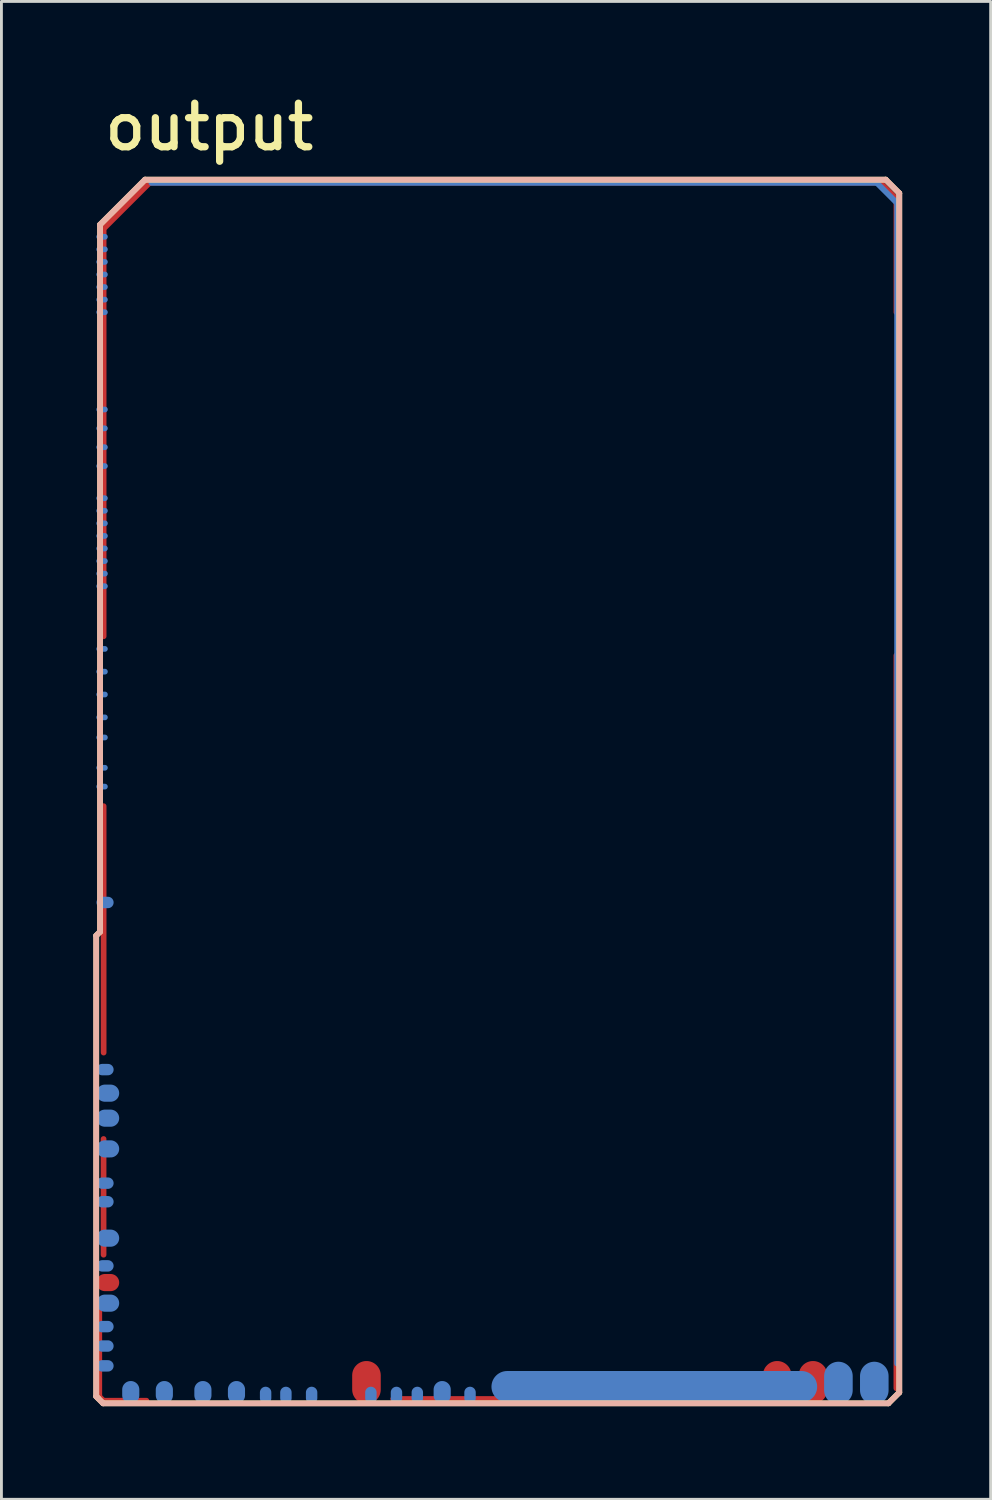
<source format=kicad_pcb>
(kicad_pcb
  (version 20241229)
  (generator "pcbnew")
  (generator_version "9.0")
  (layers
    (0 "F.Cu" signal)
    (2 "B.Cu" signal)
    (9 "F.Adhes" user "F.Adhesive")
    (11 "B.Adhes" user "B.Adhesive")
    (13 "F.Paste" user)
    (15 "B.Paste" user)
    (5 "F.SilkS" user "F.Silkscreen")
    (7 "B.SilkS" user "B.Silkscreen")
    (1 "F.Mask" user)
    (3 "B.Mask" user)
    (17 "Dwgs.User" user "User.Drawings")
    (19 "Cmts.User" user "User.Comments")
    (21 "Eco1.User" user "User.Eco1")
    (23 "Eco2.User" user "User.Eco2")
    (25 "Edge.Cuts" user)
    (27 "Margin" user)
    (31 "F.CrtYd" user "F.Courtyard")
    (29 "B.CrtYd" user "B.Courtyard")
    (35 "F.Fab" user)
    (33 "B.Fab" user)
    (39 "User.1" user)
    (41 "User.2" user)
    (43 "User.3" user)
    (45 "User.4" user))
  (footprint "output"
    (layer "F.Cu")
    (at 0.25 46.177)
    (property "Reference" "output" (at 0.229 -43.891 0) (unlocked yes) (layer "F.SilkS") (effects (font (size 1.524 1.524) (thickness 0.254)) (justify left bottom)))
    (attr through_hole)
    (fp_line (start 0.07 -16.482) (end 0.202 -16.614) (stroke (width 0.2) (type solid)) (layer "F.SilkS"))
    (fp_line (start 0.07 -0.35) (end 0.07 -16.482) (stroke (width 0.2) (type solid)) (layer "F.SilkS"))
    (fp_line (start 0.07 -0.35) (end 0.131 -0.289) (stroke (width 0.2) (type solid)) (layer "F.SilkS"))
    (fp_line (start 0.131 -0.289) (end 0.31 -0.109) (stroke (width 0.2) (type solid)) (layer "F.SilkS"))
    (fp_line (start 0.202 -41.364) (end 1.777 -42.939) (stroke (width 0.2) (type solid)) (layer "F.SilkS"))
    (fp_line (start 0.202 -16.614) (end 0.202 -41.364) (stroke (width 0.2) (type solid)) (layer "F.SilkS"))
    (fp_line (start 0.31 -0.109) (end 27.797 -0.109) (stroke (width 0.2) (type solid)) (layer "F.SilkS"))
    (fp_line (start 1.777 -42.939) (end 27.702 -42.939) (stroke (width 0.2) (type solid)) (layer "F.SilkS"))
    (fp_line (start 27.702 -42.939) (end 28.177 -42.464) (stroke (width 0.2) (type solid)) (layer "F.SilkS"))
    (fp_line (start 27.797 -0.109) (end 28.177 -0.489) (stroke (width 0.2) (type solid)) (layer "F.SilkS"))
    (fp_line (start 28.177 -0.489) (end 28.177 -42.464) (stroke (width 0.2) (type solid)) (layer "F.SilkS"))
    (fp_line (start 0.066 -16.478) (end 0.202 -16.614) (stroke (width 0.2) (type solid)) (layer "B.SilkS"))
    (fp_line (start 0.066 -0.349) (end 0.066 -16.478) (stroke (width 0.2) (type solid)) (layer "B.SilkS"))
    (fp_line (start 0.066 -0.349) (end 0.31 -0.106) (stroke (width 0.2) (type solid)) (layer "B.SilkS"))
    (fp_line (start 0.202 -41.364) (end 1.777 -42.939) (stroke (width 0.2) (type solid)) (layer "B.SilkS"))
    (fp_line (start 0.202 -16.614) (end 0.202 -41.364) (stroke (width 0.2) (type solid)) (layer "B.SilkS"))
    (fp_line (start 0.31 -0.106) (end 27.794 -0.106) (stroke (width 0.2) (type solid)) (layer "B.SilkS"))
    (fp_line (start 1.777 -42.939) (end 27.702 -42.939) (stroke (width 0.2) (type solid)) (layer "B.SilkS"))
    (fp_line (start 27.702 -42.939) (end 28.177 -42.464) (stroke (width 0.2) (type solid)) (layer "B.SilkS"))
    (fp_line (start 27.794 -0.106) (end 28.177 -0.489) (stroke (width 0.2) (type solid)) (layer "B.SilkS"))
    (fp_line (start 28.177 -0.489) (end 28.177 -42.464) (stroke (width 0.2) (type solid)) (layer "B.SilkS"))
    (pad "G" smd oval (at 0.175 -2.025) (size 0.2 3.6) (layers "F.Cu" "F.Paste"))
    (pad "G" smd oval (at 0.245 -0.273 45) (size 0.2 0.3) (layers "F.Cu" "F.Paste"))
    (pad "G" smd oval (at 0.325 -7.335 90) (size 4.25 0.2) (layers "F.Cu" "F.Paste"))
    (pad "G" smd oval (at 0.327 -34.056 90) (size 14.4 0.2) (layers "F.Cu" "F.Paste"))
    (pad "G" smd oval (at 0.327 -16.697 90) (size 8.825 0.2) (layers "F.Cu" "F.Paste"))
    (pad "G" smd oval (at 1.075 -0.2) (size 1.7 0.2) (layers "F.Cu" "F.Paste"))
    (pad "G" smd oval (at 1.135 -42.031 45) (size 2.43 0.2) (layers "F.Cu" "F.Paste"))
    (pad "G" smd oval (at 14.7 -42.835 180) (size 25.7 0.2) (layers "F.Cu" "F.Paste"))
    (pad "G" smd oval (at 14.7 -42.825) (size 25.6 0.2) (layers "B.Cu" "B.Paste"))
    (pad "G" smd oval (at 16.025 -0.26) (size 11.325 0.2) (layers "F.Cu" "F.Paste"))
    (pad "G" smd oval (at 27.745 -42.47 45) (size 0.2 1.2) (layers "B.Cu" "B.Paste"))
    (pad "G" smd oval (at 27.789 -42.551 315) (size 1 0.2) (layers "F.Cu" "F.Paste"))
    (pad "G" smd oval (at 28.075 -13.46 90) (size 25.85 0.2) (layers "F.Cu" "F.Paste"))
    (pad "G" smd oval (at 28.077 -40.271 90) (size 4.15 0.2) (layers "F.Cu" "F.Paste"))
    (pad "G" smd oval (at 28.1 -21.8) (size 0.2 40.8) (layers "B.Cu" "B.Paste"))
    (pad "S1" smd oval (at 27.302 -0.814) (size 1 1.5) (layers "B.Cu" "B.Mask" "B.Paste"))
    (pad "S2" smd oval (at 26.046 -0.814) (size 1 1.5) (layers "B.Cu" "B.Mask" "B.Paste"))
    (pad "S3" smd oval (at 19.602 -0.689) (size 11.4 1.1) (layers "B.Cu" "B.Mask" "B.Paste"))
    (pad "S4" smd oval (at 25.157 -0.839) (size 1 1.5) (layers "F.Cu" "F.Mask" "F.Paste"))
    (pad "S5" smd oval (at 23.902 -0.839) (size 1 1.5) (layers "F.Cu" "F.Mask" "F.Paste"))
    (pad "S6" smd oval (at 13.152 -0.389) (size 0.4 0.6) (layers "B.Cu" "B.Mask" "B.Paste"))
    (pad "S7" smd oval (at 12.177 -0.489) (size 0.6 0.8) (layers "B.Cu" "B.Mask" "B.Paste"))
    (pad "S8" smd oval (at 11.307 -0.389) (size 0.4 0.6) (layers "B.Cu" "B.Mask" "B.Paste"))
    (pad "S9" smd oval (at 10.577 -0.389) (size 0.4 0.6) (layers "B.Cu" "B.Mask" "B.Paste"))
    (pad "S10" smd oval (at 9.682 -0.389) (size 0.4 0.6) (layers "B.Cu" "B.Mask" "B.Paste"))
    (pad "S11" smd oval (at 9.527 -0.839) (size 1 1.5) (layers "F.Cu" "F.Mask" "F.Paste"))
    (pad "S12" smd oval (at 7.607 -0.389) (size 0.4 0.6) (layers "B.Cu" "B.Mask" "B.Paste"))
    (pad "S13" smd oval (at 6.707 -0.389) (size 0.4 0.6) (layers "B.Cu" "B.Mask" "B.Paste"))
    (pad "S14" smd oval (at 5.997 -0.389) (size 0.4 0.6) (layers "B.Cu" "B.Mask" "B.Paste"))
    (pad "S15" smd oval (at 4.977 -0.489) (size 0.6 0.8) (layers "B.Cu" "B.Mask" "B.Paste"))
    (pad "S16" smd oval (at 3.802 -0.489) (size 0.6 0.8) (layers "B.Cu" "B.Mask" "B.Paste"))
    (pad "S17" smd oval (at 2.452 -0.489) (size 0.6 0.8) (layers "B.Cu" "B.Mask" "B.Paste"))
    (pad "S18" smd oval (at 1.277 -0.489) (size 0.6 0.8) (layers "B.Cu" "B.Mask" "B.Paste"))
    (pad "W1" smd oval (at 0.377 -1.419 90) (size 0.4 0.6) (layers "B.Cu" "B.Mask" "B.Paste"))
    (pad "W2" smd oval (at 0.377 -2.114 90) (size 0.4 0.6) (layers "B.Cu" "B.Mask" "B.Paste"))
    (pad "W3" smd oval (at 0.377 -2.794 90) (size 0.4 0.6) (layers "B.Cu" "B.Mask" "B.Paste"))
    (pad "W4" smd oval (at 0.472 -3.614 90) (size 0.6 0.8) (layers "B.Cu" "B.Mask" "B.Paste"))
    (pad "W5" smd oval (at 0.472 -4.335 90) (size 0.6 0.8) (layers "F.Cu" "F.Mask" "F.Paste"))
    (pad "W6" smd oval (at 0.377 -4.919 90) (size 0.4 0.6) (layers "B.Cu" "B.Mask" "B.Paste"))
    (pad "W7" smd oval (at 0.472 -5.889 90) (size 0.6 0.8) (layers "B.Cu" "B.Mask" "B.Paste"))
    (pad "W8" smd oval (at 0.377 -7.164 90) (size 0.4 0.6) (layers "B.Cu" "B.Mask" "B.Paste"))
    (pad "W9" smd oval (at 0.377 -7.814 90) (size 0.4 0.6) (layers "B.Cu" "B.Mask" "B.Paste"))
    (pad "W10" smd oval (at 0.472 -9.014 90) (size 0.6 0.8) (layers "B.Cu" "B.Mask" "B.Paste"))
    (pad "W11" smd oval (at 0.472 -10.089 90) (size 0.6 0.8) (layers "B.Cu" "B.Mask" "B.Paste"))
    (pad "W12" smd oval (at 0.472 -10.964 90) (size 0.6 0.8) (layers "B.Cu" "B.Mask" "B.Paste"))
    (pad "W13" smd oval (at 0.377 -11.789 90) (size 0.4 0.6) (layers "B.Cu" "B.Mask" "B.Paste"))
    (pad "W14" smd oval (at 0.377 -17.639 90) (size 0.4 0.6) (layers "B.Cu" "B.Mask" "B.Paste"))
    (pad "W15" smd oval (at 0.272 -21.694 90) (size 0.2 0.4) (layers "B.Cu" "B.Mask" "B.Paste"))
    (pad "W16" smd oval (at 0.272 -22.354 90) (size 0.2 0.4) (layers "B.Cu" "B.Mask" "B.Paste"))
    (pad "W17" smd oval (at 0.272 -23.414 90) (size 0.2 0.4) (layers "B.Cu" "B.Mask" "B.Paste"))
    (pad "W18" smd oval (at 0.272 -24.118 90) (size 0.2 0.4) (layers "B.Cu" "B.Mask" "B.Paste"))
    (pad "W19" smd oval (at 0.272 -24.918 90) (size 0.2 0.4) (layers "B.Cu" "B.Mask" "B.Paste"))
    (pad "W20" smd oval (at 0.272 -25.718 90) (size 0.2 0.4) (layers "B.Cu" "B.Mask" "B.Paste"))
    (pad "W21" smd oval (at 0.272 -26.514 90) (size 0.2 0.4) (layers "B.Cu" "B.Mask" "B.Paste"))
    (pad "W22" smd oval (at 0.272 -28.709 90) (size 0.2 0.4) (layers "B.Cu" "B.Mask" "B.Paste"))
    (pad "W23" smd oval (at 0.272 -29.149 90) (size 0.2 0.4) (layers "B.Cu" "B.Mask" "B.Paste"))
    (pad "W24" smd oval (at 0.272 -29.589 90) (size 0.2 0.4) (layers "B.Cu" "B.Mask" "B.Paste"))
    (pad "W25" smd oval (at 0.272 -30.029 90) (size 0.2 0.4) (layers "B.Cu" "B.Mask" "B.Paste"))
    (pad "W26" smd oval (at 0.272 -30.469 90) (size 0.2 0.4) (layers "B.Cu" "B.Mask" "B.Paste"))
    (pad "W27" smd oval (at 0.272 -30.909 90) (size 0.2 0.4) (layers "B.Cu" "B.Mask" "B.Paste"))
    (pad "W28" smd oval (at 0.272 -31.349 90) (size 0.2 0.4) (layers "B.Cu" "B.Mask" "B.Paste"))
    (pad "W29" smd oval (at 0.272 -31.789 90) (size 0.2 0.4) (layers "B.Cu" "B.Mask" "B.Paste"))
    (pad "W30" smd oval (at 0.272 -32.914 90) (size 0.2 0.4) (layers "B.Cu" "B.Mask" "B.Paste"))
    (pad "W31" smd oval (at 0.272 -33.574 90) (size 0.2 0.4) (layers "B.Cu" "B.Mask" "B.Paste"))
    (pad "W32" smd oval (at 0.272 -34.234 90) (size 0.2 0.4) (layers "B.Cu" "B.Mask" "B.Paste"))
    (pad "W33" smd oval (at 0.272 -34.894 90) (size 0.2 0.4) (layers "B.Cu" "B.Mask" "B.Paste"))
    (pad "W34" smd oval (at 0.272 -38.299 90) (size 0.2 0.4) (layers "B.Cu" "B.Mask" "B.Paste"))
    (pad "W35" smd oval (at 0.272 -38.739 90) (size 0.2 0.4) (layers "B.Cu" "B.Mask" "B.Paste"))
    (pad "W36" smd oval (at 0.272 -39.179 90) (size 0.2 0.4) (layers "B.Cu" "B.Mask" "B.Paste"))
    (pad "W37" smd oval (at 0.272 -39.619 90) (size 0.2 0.4) (layers "B.Cu" "B.Mask" "B.Paste"))
    (pad "W38" smd oval (at 0.272 -40.059 90) (size 0.2 0.4) (layers "B.Cu" "B.Mask" "B.Paste"))
    (pad "W39" smd oval (at 0.272 -40.499 90) (size 0.2 0.4) (layers "B.Cu" "B.Mask" "B.Paste"))
    (pad "W40" smd oval (at 0.272 -40.939 90) (size 0.2 0.4) (layers "B.Cu" "B.Mask" "B.Paste"))
    (zone (net_name "") (layer "F.Cu") (hatch edge 0.2) (connect_pads) (min_thickness 0.254) (filled_areas_thickness no) (keepout (tracks allowed) (vias allowed) (pads allowed) (copperpour not_allowed) (footprints allowed)) (placement (enabled no)) (fill) (polygon (pts (xy 0.425 45.835) (xy 0.425 42.427) (xy 0.225 42.227) (xy 0.225 41.292) (xy 0.6 40.917) (xy 0.6 36.802) (xy 0.55 36.752) (xy 0.3 36.752) (xy 0.3 33.902) (xy 0.375 33.827) (xy 0.6 33.827) (xy 0.6 25.127) (xy 0.425 24.952) (xy 0.425 19.352) (xy 0.525 19.252) (xy 0.6 19.252) (xy 0.609 4.915) (xy 2.204 3.319) (xy 27.735 3.319) (xy 27.735 3.348) (xy 28.337 3.95) (xy 28.337 7.967) (xy 28.6 8.217) (xy 28.597 19.767) (xy 28.485 19.767) (xy 28.325 19.927) (xy 28.325 45.517) (xy 28.222 45.517) (xy 28.222 46.242) (xy 21.9 46.242) (xy 21.618 45.961) (xy 21.618 45.914) (xy 10.713 45.914) (xy 10.5 46.127) (xy 10.5 46.177) (xy 2.125 46.177) (xy 2.075 46.127) (xy 2.075 45.977) (xy 0.567 45.977))))
    (zone (net_name "") (layer "B.Cu") (hatch edge 0.2) (connect_pads) (min_thickness 0.254) (filled_areas_thickness no) (keepout (tracks allowed) (vias allowed) (pads allowed) (copperpour not_allowed) (footprints allowed)) (placement (enabled no)) (fill) (polygon (pts (xy 0.275 4.812) (xy 0.3 4.837) (xy 1 4.837) (xy 1 45.287) (xy 1.025 45.312) (xy 28.625 45.312) (xy 28.625 46.062) (xy 28.55 46.137) (xy 0.25 46.137))))
    (zone (net_name "") (layer "B.Cu") (hatch edge 0.2) (connect_pads) (min_thickness 0.254) (filled_areas_thickness no) (keepout (tracks allowed) (vias allowed) (pads allowed) (copperpour not_allowed) (footprints allowed)) (placement (enabled no)) (fill) (polygon (pts (xy 0.575 46.377) (xy 0.225 46.027) (xy 0.225 29.752) (xy 0.3 29.677) (xy 0.3 4.752) (xy 2 3.052) (xy 2.229 3.35) (xy 27.638 3.35) (xy 28.364 4.076) (xy 28.364 44.669) (xy 28.52 44.834) (xy 28.52 45.662) (xy 28.054 46.212) (xy 25.742 46.205) (xy 25.34 45.567) (xy 14.505 45.567) (xy 13.695 46.377)))))
  (gr_rect
    (start -3 -3)
    (end 31.625 49.427)
    (stroke (width 0.1) (type default))
    (fill no)
    (layer "Edge.Cuts")))
</source>
